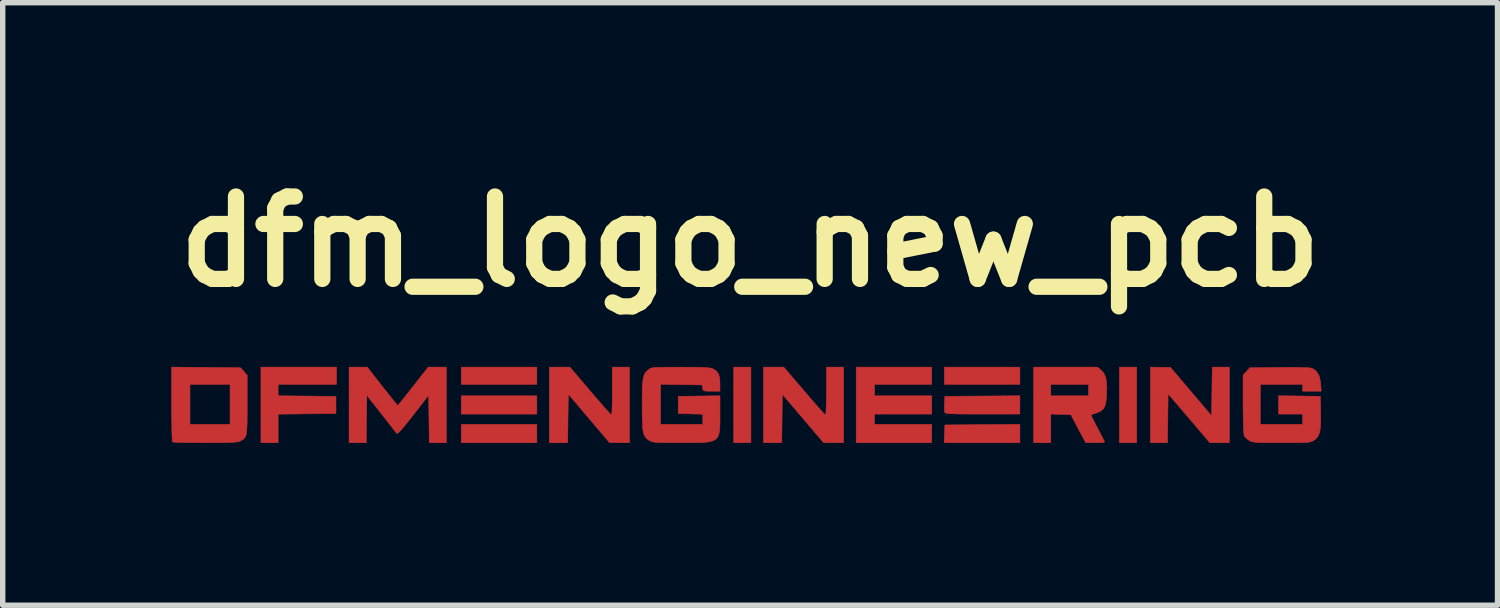
<source format=kicad_pcb>
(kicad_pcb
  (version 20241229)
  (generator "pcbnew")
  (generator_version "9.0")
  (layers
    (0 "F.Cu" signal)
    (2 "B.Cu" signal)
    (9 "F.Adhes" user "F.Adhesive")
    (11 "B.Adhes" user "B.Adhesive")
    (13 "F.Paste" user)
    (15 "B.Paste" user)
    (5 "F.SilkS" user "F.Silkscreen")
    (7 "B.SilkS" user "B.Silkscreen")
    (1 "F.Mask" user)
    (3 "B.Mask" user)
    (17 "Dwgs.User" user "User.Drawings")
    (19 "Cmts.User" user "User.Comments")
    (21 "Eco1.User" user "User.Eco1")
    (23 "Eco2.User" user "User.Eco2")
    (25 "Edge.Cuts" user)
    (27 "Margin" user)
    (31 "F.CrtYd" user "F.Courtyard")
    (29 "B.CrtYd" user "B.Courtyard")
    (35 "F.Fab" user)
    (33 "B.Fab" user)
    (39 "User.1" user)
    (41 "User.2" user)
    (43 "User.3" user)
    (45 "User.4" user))
  (footprint "dfm_logo_new_pcb"
    (layer "F.Cu")
    (at 10.75 4.438)
    (property "Reference" "dfm_logo_new_pcb" (at 0.07 -3.02 0) (layer "F.SilkS") (effects (font (size 1.524 1.524) (thickness 0.3))))
    (attr through_hole)
    (fp_poly (pts (xy -3.873 -0.381) (xy -5.271 -0.381) (xy -5.271 -0.699) (xy -3.873 -0.699) (xy -3.873 -0.381)) (stroke (width 0.01) (type solid)) (fill yes) (layer "F.Cu"))
    (fp_poly (pts (xy -3.873 0.169) (xy -5.271 0.169) (xy -5.271 -0.169) (xy -3.873 -0.169) (xy -3.873 0.169)) (stroke (width 0.01) (type solid)) (fill yes) (layer "F.Cu"))
    (fp_poly (pts (xy -3.873 0.699) (xy -5.271 0.699) (xy -5.271 0.36) (xy -3.873 0.36) (xy -3.873 0.699)) (stroke (width 0.01) (type solid)) (fill yes) (layer "F.Cu"))
    (fp_poly (pts (xy 0.085 0.699) (xy -0.233 0.699) (xy -0.233 -0.699) (xy 0.085 -0.699) (xy 0.085 0.699)) (stroke (width 0.01) (type solid)) (fill yes) (layer "F.Cu"))
    (fp_poly (pts (xy 5.059 -0.381) (xy 3.662 -0.381) (xy 3.662 -0.699) (xy 5.059 -0.699) (xy 5.059 -0.381)) (stroke (width 0.01) (type solid)) (fill yes) (layer "F.Cu"))
    (fp_poly (pts (xy 7.218 0.699) (xy 6.9 0.699) (xy 6.9 -0.699) (xy 7.218 -0.699) (xy 7.218 0.699)) (stroke (width 0.01) (type solid)) (fill yes) (layer "F.Cu"))
    (fp_poly (pts (xy 5.059 0.699) (xy 3.66 0.699) (xy 3.666 0.534) (xy 3.672 0.37) (xy 5.059 0.359) (xy 5.059 0.699)) (stroke (width 0.01) (type solid)) (fill yes) (layer "F.Cu"))
    (fp_poly (pts (xy -7.578 -0.381) (xy -8.657 -0.381) (xy -8.657 -0.17) (xy -8.123 -0.164) (xy -7.588 -0.159) (xy -7.588 0.159) (xy -8.123 0.164) (xy -8.657 0.17) (xy -8.657 0.699) (xy -8.975 0.699) (xy -8.975 -0.699) (xy -7.578 -0.699) (xy -7.578 -0.381)) (stroke (width 0.01) (type solid)) (fill yes) (layer "F.Cu"))
    (fp_poly (pts (xy 3.429 -0.381) (xy 2.371 -0.381) (xy 2.371 -0.169) (xy 3.429 -0.169) (xy 3.429 0.169) (xy 2.371 0.169) (xy 2.371 0.36) (xy 3.429 0.36) (xy 3.429 0.699) (xy 2.032 0.699) (xy 2.032 -0.699) (xy 3.429 -0.699) (xy 3.429 -0.381)) (stroke (width 0.01) (type solid)) (fill yes) (layer "F.Cu"))
    (fp_poly (pts (xy 8.932 0.699) (xy 8.572 0.699) (xy 7.8 -0.207) (xy 7.794 0.246) (xy 7.789 0.699) (xy 7.472 0.699) (xy 7.472 -0.699) (xy 7.657 -0.697) (xy 7.842 -0.696) (xy 8.604 0.201) (xy 8.61 -0.249) (xy 8.616 -0.699) (xy 8.932 -0.699) (xy 8.932 0.699)) (stroke (width 0.01) (type solid)) (fill yes) (layer "F.Cu"))
    (fp_poly (pts (xy 5.059 0.169) (xy 4.37 0.169) (xy 4.175 0.169) (xy 4.019 0.168) (xy 3.897 0.166) (xy 3.806 0.163) (xy 3.742 0.159) (xy 3.7 0.154) (xy 3.678 0.147) (xy 3.671 0.141) (xy 3.666 0.105) (xy 3.664 0.043) (xy 3.666 -0.023) (xy 3.672 -0.159) (xy 5.059 -0.17) (xy 5.059 0.169)) (stroke (width 0.01) (type solid)) (fill yes) (layer "F.Cu"))
    (fp_poly (pts (xy 1.069 -0.259) (xy 1.168 -0.144) (xy 1.259 -0.039) (xy 1.338 0.051) (xy 1.4 0.121) (xy 1.443 0.168) (xy 1.463 0.187) (xy 1.463 0.187) (xy 1.469 0.169) (xy 1.474 0.115) (xy 1.477 0.03) (xy 1.48 -0.08) (xy 1.482 -0.208) (xy 1.482 -0.252) (xy 1.482 -0.699) (xy 1.799 -0.699) (xy 1.799 0.699) (xy 1.614 0.698) (xy 1.429 0.697) (xy 0.667 -0.197) (xy 0.661 0.251) (xy 0.655 0.699) (xy 0.318 0.699) (xy 0.318 -0.699) (xy 0.693 -0.699) (xy 1.069 -0.259)) (stroke (width 0.01) (type solid)) (fill yes) (layer "F.Cu"))
    (fp_poly (pts (xy -2.887 -0.259) (xy -2.788 -0.144) (xy -2.697 -0.039) (xy -2.619 0.051) (xy -2.556 0.121) (xy -2.514 0.168) (xy -2.494 0.187) (xy -2.494 0.187) (xy -2.489 0.169) (xy -2.484 0.115) (xy -2.481 0.03) (xy -2.478 -0.079) (xy -2.477 -0.205) (xy -2.477 -0.252) (xy -2.477 -0.699) (xy -2.159 -0.699) (xy -2.159 0.699) (xy -2.344 0.698) (xy -2.529 0.697) (xy -2.91 0.248) (xy -3.291 -0.201) (xy -3.297 0.249) (xy -3.303 0.699) (xy -3.641 0.699) (xy -3.641 -0.699) (xy -3.262 -0.699) (xy -2.887 -0.259)) (stroke (width 0.01) (type solid)) (fill yes) (layer "F.Cu"))
    (fp_poly (pts (xy -6.731 -0.344) (xy -6.648 -0.239) (xy -6.575 -0.147) (xy -6.514 -0.071) (xy -6.471 -0.018) (xy -6.448 0.009) (xy -6.445 0.011) (xy -6.431 -0.005) (xy -6.394 -0.05) (xy -6.339 -0.118) (xy -6.27 -0.205) (xy -6.19 -0.306) (xy -6.16 -0.344) (xy -5.882 -0.699) (xy -5.546 -0.699) (xy -5.546 0.699) (xy -5.862 0.699) (xy -5.874 -0.18) (xy -6.159 0.186) (xy -6.257 0.311) (xy -6.333 0.405) (xy -6.389 0.47) (xy -6.428 0.509) (xy -6.453 0.526) (xy -6.466 0.524) (xy -6.485 0.499) (xy -6.526 0.447) (xy -6.585 0.372) (xy -6.656 0.28) (xy -6.737 0.177) (xy -6.752 0.158) (xy -7.017 -0.18) (xy -7.028 0.699) (xy -7.345 0.699) (xy -7.345 -0.699) (xy -7.009 -0.699) (xy -6.731 -0.344)) (stroke (width 0.01) (type solid)) (fill yes) (layer "F.Cu"))
    (fp_poly (pts (xy -9.989 -0.694) (xy -9.352 -0.688) (xy -9.29 -0.619) (xy -9.229 -0.55) (xy -9.229 -0.004) (xy -9.229 0.172) (xy -9.23 0.31) (xy -9.234 0.417) (xy -9.24 0.496) (xy -9.25 0.554) (xy -9.266 0.594) (xy -9.287 0.623) (xy -9.315 0.644) (xy -9.351 0.664) (xy -9.356 0.667) (xy -9.382 0.677) (xy -9.42 0.684) (xy -9.476 0.69) (xy -9.555 0.694) (xy -9.661 0.697) (xy -9.798 0.698) (xy -9.973 0.698) (xy -10.007 0.699) (xy -10.161 0.698) (xy -10.301 0.697) (xy -10.422 0.695) (xy -10.517 0.692) (xy -10.582 0.688) (xy -10.611 0.685) (xy -10.612 0.684) (xy -10.615 0.661) (xy -10.618 0.599) (xy -10.621 0.506) (xy -10.623 0.386) (xy -10.625 0.244) (xy -10.626 0.085) (xy -10.626 -0.015) (xy -10.626 -0.381) (xy -10.287 -0.381) (xy -10.287 0.36) (xy -9.546 0.36) (xy -9.546 -0.381) (xy -10.287 -0.381) (xy -10.626 -0.381) (xy -10.626 -0.7) (xy -9.989 -0.694)) (stroke (width 0.01) (type solid)) (fill yes) (layer "F.Cu"))
    (fp_poly (pts (xy 6.56 -0.644) (xy 6.608 -0.592) (xy 6.641 -0.525) (xy 6.659 -0.437) (xy 6.666 -0.32) (xy 6.664 -0.217) (xy 6.656 -0.092) (xy 6.639 -0.000493) (xy 6.609 0.064) (xy 6.561 0.108) (xy 6.494 0.141) (xy 6.475 0.148) (xy 6.418 0.167) (xy 6.381 0.18) (xy 6.374 0.183) (xy 6.381 0.202) (xy 6.404 0.252) (xy 6.441 0.324) (xy 6.487 0.413) (xy 6.496 0.43) (xy 6.544 0.521) (xy 6.584 0.599) (xy 6.613 0.656) (xy 6.625 0.684) (xy 6.625 0.685) (xy 6.606 0.691) (xy 6.554 0.696) (xy 6.479 0.698) (xy 6.451 0.698) (xy 6.276 0.698) (xy 6.138 0.439) (xy 6.001 0.18) (xy 5.816 0.174) (xy 5.63 0.168) (xy 5.63 0.699) (xy 5.313 0.699) (xy 5.313 -0.381) (xy 5.63 -0.381) (xy 5.63 -0.169) (xy 6.329 -0.169) (xy 6.329 -0.381) (xy 5.63 -0.381) (xy 5.313 -0.381) (xy 5.313 -0.699) (xy 6.495 -0.699) (xy 6.56 -0.644)) (stroke (width 0.01) (type solid)) (fill yes) (layer "F.Cu"))
    (fp_poly (pts (xy 10.197 -0.694) (xy 10.308 -0.692) (xy 10.389 -0.688) (xy 10.443 -0.682) (xy 10.473 -0.673) (xy 10.475 -0.672) (xy 10.546 -0.618) (xy 10.592 -0.539) (xy 10.617 -0.429) (xy 10.62 -0.394) (xy 10.631 -0.254) (xy 10.287 -0.254) (xy 10.287 -0.381) (xy 9.504 -0.381) (xy 9.504 0.36) (xy 10.287 0.36) (xy 10.287 0.169) (xy 9.842 0.169) (xy 9.842 -0.17) (xy 10.229 -0.165) (xy 10.615 -0.159) (xy 10.621 0.139) (xy 10.622 0.292) (xy 10.617 0.408) (xy 10.604 0.495) (xy 10.583 0.559) (xy 10.551 0.607) (xy 10.507 0.646) (xy 10.501 0.65) (xy 10.477 0.665) (xy 10.453 0.676) (xy 10.422 0.685) (xy 10.379 0.691) (xy 10.319 0.695) (xy 10.235 0.697) (xy 10.123 0.698) (xy 9.976 0.698) (xy 9.898 0.698) (xy 9.732 0.698) (xy 9.604 0.697) (xy 9.507 0.695) (xy 9.435 0.692) (xy 9.384 0.686) (xy 9.348 0.679) (xy 9.32 0.669) (xy 9.299 0.657) (xy 9.247 0.618) (xy 9.211 0.578) (xy 9.209 0.574) (xy 9.201 0.538) (xy 9.195 0.462) (xy 9.191 0.349) (xy 9.188 0.202) (xy 9.186 0.023) (xy 9.186 -0.009) (xy 9.186 -0.55) (xy 9.248 -0.619) (xy 9.31 -0.688) (xy 9.867 -0.693) (xy 10.051 -0.695) (xy 10.197 -0.694)) (stroke (width 0.01) (type solid)) (fill yes) (layer "F.Cu"))
    (fp_poly (pts (xy -1.04 -0.698) (xy -0.904 -0.697) (xy -0.801 -0.694) (xy -0.724 -0.689) (xy -0.67 -0.683) (xy -0.634 -0.675) (xy -0.614 -0.667) (xy -0.55 -0.624) (xy -0.511 -0.568) (xy -0.491 -0.489) (xy -0.487 -0.397) (xy -0.487 -0.254) (xy -0.644 -0.254) (xy -0.725 -0.255) (xy -0.772 -0.259) (xy -0.796 -0.27) (xy -0.805 -0.291) (xy -0.808 -0.312) (xy -0.815 -0.37) (xy -1.201 -0.376) (xy -1.587 -0.382) (xy -1.587 0.36) (xy -0.804 0.36) (xy -0.804 0.171) (xy -1.259 0.159) (xy -1.259 -0.159) (xy -0.487 -0.17) (xy -0.487 0.17) (xy -0.487 0.313) (xy -0.49 0.427) (xy -0.501 0.516) (xy -0.523 0.583) (xy -0.561 0.632) (xy -0.619 0.664) (xy -0.702 0.684) (xy -0.812 0.694) (xy -0.955 0.698) (xy -1.135 0.698) (xy -1.2 0.698) (xy -1.364 0.698) (xy -1.491 0.697) (xy -1.587 0.695) (xy -1.657 0.692) (xy -1.708 0.687) (xy -1.744 0.679) (xy -1.771 0.669) (xy -1.795 0.656) (xy -1.835 0.628) (xy -1.865 0.597) (xy -1.888 0.556) (xy -1.905 0.5) (xy -1.916 0.423) (xy -1.922 0.321) (xy -1.925 0.188) (xy -1.926 0.018) (xy -1.926 0) (xy -1.925 -0.171) (xy -1.923 -0.306) (xy -1.917 -0.409) (xy -1.907 -0.487) (xy -1.893 -0.544) (xy -1.872 -0.588) (xy -1.844 -0.622) (xy -1.809 -0.653) (xy -1.79 -0.667) (xy -1.768 -0.678) (xy -1.739 -0.686) (xy -1.696 -0.691) (xy -1.635 -0.695) (xy -1.55 -0.697) (xy -1.436 -0.698) (xy -1.287 -0.698) (xy -1.213 -0.699) (xy -1.04 -0.698)) (stroke (width 0.01) (type solid)) (fill yes) (layer "F.Cu")))
  (gr_rect
    (start -3 -3)
    (end 24.641 8.142)
    (stroke (width 0.1) (type default))
    (fill no)
    (layer "Edge.Cuts")))
</source>
